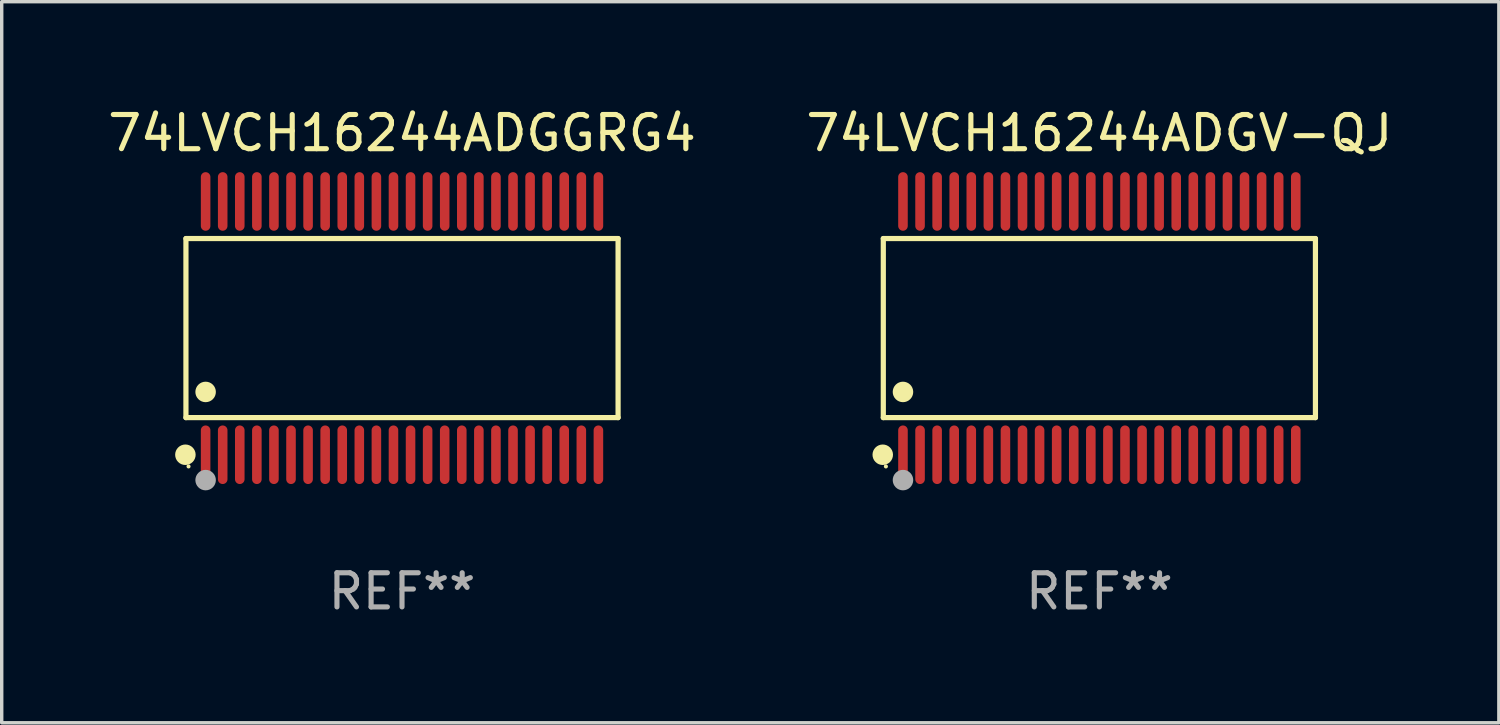
<source format=kicad_pcb>
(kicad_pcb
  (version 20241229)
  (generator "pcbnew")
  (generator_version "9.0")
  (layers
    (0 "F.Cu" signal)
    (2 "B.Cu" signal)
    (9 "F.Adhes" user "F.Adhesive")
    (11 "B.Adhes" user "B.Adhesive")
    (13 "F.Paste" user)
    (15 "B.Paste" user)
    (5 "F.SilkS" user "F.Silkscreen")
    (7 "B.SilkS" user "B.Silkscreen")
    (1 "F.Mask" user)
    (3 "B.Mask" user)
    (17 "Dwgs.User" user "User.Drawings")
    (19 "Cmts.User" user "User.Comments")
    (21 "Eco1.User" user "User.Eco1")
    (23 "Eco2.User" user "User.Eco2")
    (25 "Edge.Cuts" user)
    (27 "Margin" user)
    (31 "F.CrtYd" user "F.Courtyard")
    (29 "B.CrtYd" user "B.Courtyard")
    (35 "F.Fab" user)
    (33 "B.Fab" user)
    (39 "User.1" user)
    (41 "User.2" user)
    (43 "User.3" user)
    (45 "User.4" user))
  (footprint "74LVCH16244ADGGRG4"
    (layer "F.Cu")
    (at 8.72 6.556)
    (property "Reference" "74LVCH16244ADGGRG4" (at 0 -5.708 0) (layer "F.SilkS") (effects (font (size 1 1) (thickness 0.15))))
    (attr through_hole)
    (fp_line (start -6.326 -2.622) (end 6.326 -2.622) (stroke (width 0.152) (type solid)) (layer "F.SilkS"))
    (fp_line (start -6.326 2.621) (end -6.326 -2.622) (stroke (width 0.152) (type solid)) (layer "F.SilkS"))
    (fp_line (start 6.326 -2.622) (end 6.326 2.621) (stroke (width 0.152) (type solid)) (layer "F.SilkS"))
    (fp_line (start 6.326 2.621) (end -6.326 2.621) (stroke (width 0.152) (type solid)) (layer "F.SilkS"))
    (fp_circle (center -6.342 3.708) (end -6.192 3.708) (stroke (width 0.3) (type solid)) (fill no) (layer "F.SilkS"))
    (fp_circle (center -6.25 4.05) (end -6.22 4.05) (stroke (width 0.06) (type solid)) (fill no) (layer "F.SilkS"))
    (fp_circle (center -5.75 1.869) (end -5.6 1.869) (stroke (width 0.3) (type solid)) (fill no) (layer "F.SilkS"))
    (fp_circle (center -5.75 4.45) (end -5.6 4.45) (stroke (width 0.3) (type solid)) (fill no) (layer "F.Fab"))
    (fp_text user "REF**" (at 0 7.708 0) (layer "F.Fab") (effects (font (size 1 1) (thickness 0.15))))
    (pad "1" smd oval (at -5.75 3.708) (size 0.28 1.715) (layers "F.Cu" "F.Mask" "F.Paste"))
    (pad "2" smd oval (at -5.25 3.708) (size 0.28 1.715) (layers "F.Cu" "F.Mask" "F.Paste"))
    (pad "3" smd oval (at -4.75 3.708) (size 0.28 1.715) (layers "F.Cu" "F.Mask" "F.Paste"))
    (pad "4" smd oval (at -4.25 3.708) (size 0.28 1.715) (layers "F.Cu" "F.Mask" "F.Paste"))
    (pad "5" smd oval (at -3.75 3.708) (size 0.28 1.715) (layers "F.Cu" "F.Mask" "F.Paste"))
    (pad "6" smd oval (at -3.25 3.708) (size 0.28 1.715) (layers "F.Cu" "F.Mask" "F.Paste"))
    (pad "7" smd oval (at -2.75 3.708) (size 0.28 1.715) (layers "F.Cu" "F.Mask" "F.Paste"))
    (pad "8" smd oval (at -2.25 3.708) (size 0.28 1.715) (layers "F.Cu" "F.Mask" "F.Paste"))
    (pad "9" smd oval (at -1.75 3.708) (size 0.28 1.715) (layers "F.Cu" "F.Mask" "F.Paste"))
    (pad "10" smd oval (at -1.25 3.708) (size 0.28 1.715) (layers "F.Cu" "F.Mask" "F.Paste"))
    (pad "11" smd oval (at -0.75 3.708) (size 0.28 1.715) (layers "F.Cu" "F.Mask" "F.Paste"))
    (pad "12" smd oval (at -0.25 3.708) (size 0.28 1.715) (layers "F.Cu" "F.Mask" "F.Paste"))
    (pad "13" smd oval (at 0.25 3.708) (size 0.28 1.715) (layers "F.Cu" "F.Mask" "F.Paste"))
    (pad "14" smd oval (at 0.75 3.708) (size 0.28 1.715) (layers "F.Cu" "F.Mask" "F.Paste"))
    (pad "15" smd oval (at 1.25 3.708) (size 0.28 1.715) (layers "F.Cu" "F.Mask" "F.Paste"))
    (pad "16" smd oval (at 1.75 3.708) (size 0.28 1.715) (layers "F.Cu" "F.Mask" "F.Paste"))
    (pad "17" smd oval (at 2.25 3.708) (size 0.28 1.715) (layers "F.Cu" "F.Mask" "F.Paste"))
    (pad "18" smd oval (at 2.75 3.708) (size 0.28 1.715) (layers "F.Cu" "F.Mask" "F.Paste"))
    (pad "19" smd oval (at 3.25 3.708) (size 0.28 1.715) (layers "F.Cu" "F.Mask" "F.Paste"))
    (pad "20" smd oval (at 3.75 3.708) (size 0.28 1.715) (layers "F.Cu" "F.Mask" "F.Paste"))
    (pad "21" smd oval (at 4.25 3.708) (size 0.28 1.715) (layers "F.Cu" "F.Mask" "F.Paste"))
    (pad "22" smd oval (at 4.75 3.708) (size 0.28 1.715) (layers "F.Cu" "F.Mask" "F.Paste"))
    (pad "23" smd oval (at 5.25 3.708) (size 0.28 1.715) (layers "F.Cu" "F.Mask" "F.Paste"))
    (pad "24" smd oval (at 5.75 3.708) (size 0.28 1.715) (layers "F.Cu" "F.Mask" "F.Paste"))
    (pad "25" smd oval (at 5.75 -3.708) (size 0.28 1.715) (layers "F.Cu" "F.Mask" "F.Paste"))
    (pad "26" smd oval (at 5.25 -3.708) (size 0.28 1.715) (layers "F.Cu" "F.Mask" "F.Paste"))
    (pad "27" smd oval (at 4.75 -3.708) (size 0.28 1.715) (layers "F.Cu" "F.Mask" "F.Paste"))
    (pad "28" smd oval (at 4.25 -3.708) (size 0.28 1.715) (layers "F.Cu" "F.Mask" "F.Paste"))
    (pad "29" smd oval (at 3.75 -3.708) (size 0.28 1.715) (layers "F.Cu" "F.Mask" "F.Paste"))
    (pad "30" smd oval (at 3.25 -3.708) (size 0.28 1.715) (layers "F.Cu" "F.Mask" "F.Paste"))
    (pad "31" smd oval (at 2.75 -3.708) (size 0.28 1.715) (layers "F.Cu" "F.Mask" "F.Paste"))
    (pad "32" smd oval (at 2.25 -3.708) (size 0.28 1.715) (layers "F.Cu" "F.Mask" "F.Paste"))
    (pad "33" smd oval (at 1.75 -3.708) (size 0.28 1.715) (layers "F.Cu" "F.Mask" "F.Paste"))
    (pad "34" smd oval (at 1.25 -3.708) (size 0.28 1.715) (layers "F.Cu" "F.Mask" "F.Paste"))
    (pad "35" smd oval (at 0.75 -3.708) (size 0.28 1.715) (layers "F.Cu" "F.Mask" "F.Paste"))
    (pad "36" smd oval (at 0.25 -3.708) (size 0.28 1.715) (layers "F.Cu" "F.Mask" "F.Paste"))
    (pad "37" smd oval (at -0.25 -3.708) (size 0.28 1.715) (layers "F.Cu" "F.Mask" "F.Paste"))
    (pad "38" smd oval (at -0.75 -3.708) (size 0.28 1.715) (layers "F.Cu" "F.Mask" "F.Paste"))
    (pad "39" smd oval (at -1.25 -3.708) (size 0.28 1.715) (layers "F.Cu" "F.Mask" "F.Paste"))
    (pad "40" smd oval (at -1.75 -3.708) (size 0.28 1.715) (layers "F.Cu" "F.Mask" "F.Paste"))
    (pad "41" smd oval (at -2.25 -3.708) (size 0.28 1.715) (layers "F.Cu" "F.Mask" "F.Paste"))
    (pad "42" smd oval (at -2.75 -3.708) (size 0.28 1.715) (layers "F.Cu" "F.Mask" "F.Paste"))
    (pad "43" smd oval (at -3.25 -3.708) (size 0.28 1.715) (layers "F.Cu" "F.Mask" "F.Paste"))
    (pad "44" smd oval (at -3.75 -3.708) (size 0.28 1.715) (layers "F.Cu" "F.Mask" "F.Paste"))
    (pad "45" smd oval (at -4.25 -3.708) (size 0.28 1.715) (layers "F.Cu" "F.Mask" "F.Paste"))
    (pad "46" smd oval (at -4.75 -3.708) (size 0.28 1.715) (layers "F.Cu" "F.Mask" "F.Paste"))
    (pad "47" smd oval (at -5.25 -3.708) (size 0.28 1.715) (layers "F.Cu" "F.Mask" "F.Paste"))
    (pad "48" smd oval (at -5.75 -3.708) (size 0.28 1.715) (layers "F.Cu" "F.Mask" "F.Paste")))
  (footprint "74LVCH16244ADGV-QJ"
    (layer "F.Cu")
    (at 29.137 6.556)
    (property "Reference" "74LVCH16244ADGV-QJ" (at 0 -5.708 0) (layer "F.SilkS") (effects (font (size 1 1) (thickness 0.15))))
    (attr through_hole)
    (fp_line (start -6.326 -2.622) (end 6.326 -2.622) (stroke (width 0.152) (type solid)) (layer "F.SilkS"))
    (fp_line (start -6.326 2.621) (end -6.326 -2.622) (stroke (width 0.152) (type solid)) (layer "F.SilkS"))
    (fp_line (start 6.326 -2.622) (end 6.326 2.621) (stroke (width 0.152) (type solid)) (layer "F.SilkS"))
    (fp_line (start 6.326 2.621) (end -6.326 2.621) (stroke (width 0.152) (type solid)) (layer "F.SilkS"))
    (fp_circle (center -6.342 3.708) (end -6.192 3.708) (stroke (width 0.3) (type solid)) (fill no) (layer "F.SilkS"))
    (fp_circle (center -6.25 4.05) (end -6.22 4.05) (stroke (width 0.06) (type solid)) (fill no) (layer "F.SilkS"))
    (fp_circle (center -5.75 1.869) (end -5.6 1.869) (stroke (width 0.3) (type solid)) (fill no) (layer "F.SilkS"))
    (fp_circle (center -5.75 4.45) (end -5.6 4.45) (stroke (width 0.3) (type solid)) (fill no) (layer "F.Fab"))
    (fp_text user "REF**" (at 0 7.708 0) (layer "F.Fab") (effects (font (size 1 1) (thickness 0.15))))
    (pad "1" smd oval (at -5.75 3.708) (size 0.28 1.715) (layers "F.Cu" "F.Mask" "F.Paste"))
    (pad "2" smd oval (at -5.25 3.708) (size 0.28 1.715) (layers "F.Cu" "F.Mask" "F.Paste"))
    (pad "3" smd oval (at -4.75 3.708) (size 0.28 1.715) (layers "F.Cu" "F.Mask" "F.Paste"))
    (pad "4" smd oval (at -4.25 3.708) (size 0.28 1.715) (layers "F.Cu" "F.Mask" "F.Paste"))
    (pad "5" smd oval (at -3.75 3.708) (size 0.28 1.715) (layers "F.Cu" "F.Mask" "F.Paste"))
    (pad "6" smd oval (at -3.25 3.708) (size 0.28 1.715) (layers "F.Cu" "F.Mask" "F.Paste"))
    (pad "7" smd oval (at -2.75 3.708) (size 0.28 1.715) (layers "F.Cu" "F.Mask" "F.Paste"))
    (pad "8" smd oval (at -2.25 3.708) (size 0.28 1.715) (layers "F.Cu" "F.Mask" "F.Paste"))
    (pad "9" smd oval (at -1.75 3.708) (size 0.28 1.715) (layers "F.Cu" "F.Mask" "F.Paste"))
    (pad "10" smd oval (at -1.25 3.708) (size 0.28 1.715) (layers "F.Cu" "F.Mask" "F.Paste"))
    (pad "11" smd oval (at -0.75 3.708) (size 0.28 1.715) (layers "F.Cu" "F.Mask" "F.Paste"))
    (pad "12" smd oval (at -0.25 3.708) (size 0.28 1.715) (layers "F.Cu" "F.Mask" "F.Paste"))
    (pad "13" smd oval (at 0.25 3.708) (size 0.28 1.715) (layers "F.Cu" "F.Mask" "F.Paste"))
    (pad "14" smd oval (at 0.75 3.708) (size 0.28 1.715) (layers "F.Cu" "F.Mask" "F.Paste"))
    (pad "15" smd oval (at 1.25 3.708) (size 0.28 1.715) (layers "F.Cu" "F.Mask" "F.Paste"))
    (pad "16" smd oval (at 1.75 3.708) (size 0.28 1.715) (layers "F.Cu" "F.Mask" "F.Paste"))
    (pad "17" smd oval (at 2.25 3.708) (size 0.28 1.715) (layers "F.Cu" "F.Mask" "F.Paste"))
    (pad "18" smd oval (at 2.75 3.708) (size 0.28 1.715) (layers "F.Cu" "F.Mask" "F.Paste"))
    (pad "19" smd oval (at 3.25 3.708) (size 0.28 1.715) (layers "F.Cu" "F.Mask" "F.Paste"))
    (pad "20" smd oval (at 3.75 3.708) (size 0.28 1.715) (layers "F.Cu" "F.Mask" "F.Paste"))
    (pad "21" smd oval (at 4.25 3.708) (size 0.28 1.715) (layers "F.Cu" "F.Mask" "F.Paste"))
    (pad "22" smd oval (at 4.75 3.708) (size 0.28 1.715) (layers "F.Cu" "F.Mask" "F.Paste"))
    (pad "23" smd oval (at 5.25 3.708) (size 0.28 1.715) (layers "F.Cu" "F.Mask" "F.Paste"))
    (pad "24" smd oval (at 5.75 3.708) (size 0.28 1.715) (layers "F.Cu" "F.Mask" "F.Paste"))
    (pad "25" smd oval (at 5.75 -3.708) (size 0.28 1.715) (layers "F.Cu" "F.Mask" "F.Paste"))
    (pad "26" smd oval (at 5.25 -3.708) (size 0.28 1.715) (layers "F.Cu" "F.Mask" "F.Paste"))
    (pad "27" smd oval (at 4.75 -3.708) (size 0.28 1.715) (layers "F.Cu" "F.Mask" "F.Paste"))
    (pad "28" smd oval (at 4.25 -3.708) (size 0.28 1.715) (layers "F.Cu" "F.Mask" "F.Paste"))
    (pad "29" smd oval (at 3.75 -3.708) (size 0.28 1.715) (layers "F.Cu" "F.Mask" "F.Paste"))
    (pad "30" smd oval (at 3.25 -3.708) (size 0.28 1.715) (layers "F.Cu" "F.Mask" "F.Paste"))
    (pad "31" smd oval (at 2.75 -3.708) (size 0.28 1.715) (layers "F.Cu" "F.Mask" "F.Paste"))
    (pad "32" smd oval (at 2.25 -3.708) (size 0.28 1.715) (layers "F.Cu" "F.Mask" "F.Paste"))
    (pad "33" smd oval (at 1.75 -3.708) (size 0.28 1.715) (layers "F.Cu" "F.Mask" "F.Paste"))
    (pad "34" smd oval (at 1.25 -3.708) (size 0.28 1.715) (layers "F.Cu" "F.Mask" "F.Paste"))
    (pad "35" smd oval (at 0.75 -3.708) (size 0.28 1.715) (layers "F.Cu" "F.Mask" "F.Paste"))
    (pad "36" smd oval (at 0.25 -3.708) (size 0.28 1.715) (layers "F.Cu" "F.Mask" "F.Paste"))
    (pad "37" smd oval (at -0.25 -3.708) (size 0.28 1.715) (layers "F.Cu" "F.Mask" "F.Paste"))
    (pad "38" smd oval (at -0.75 -3.708) (size 0.28 1.715) (layers "F.Cu" "F.Mask" "F.Paste"))
    (pad "39" smd oval (at -1.25 -3.708) (size 0.28 1.715) (layers "F.Cu" "F.Mask" "F.Paste"))
    (pad "40" smd oval (at -1.75 -3.708) (size 0.28 1.715) (layers "F.Cu" "F.Mask" "F.Paste"))
    (pad "41" smd oval (at -2.25 -3.708) (size 0.28 1.715) (layers "F.Cu" "F.Mask" "F.Paste"))
    (pad "42" smd oval (at -2.75 -3.708) (size 0.28 1.715) (layers "F.Cu" "F.Mask" "F.Paste"))
    (pad "43" smd oval (at -3.25 -3.708) (size 0.28 1.715) (layers "F.Cu" "F.Mask" "F.Paste"))
    (pad "44" smd oval (at -3.75 -3.708) (size 0.28 1.715) (layers "F.Cu" "F.Mask" "F.Paste"))
    (pad "45" smd oval (at -4.25 -3.708) (size 0.28 1.715) (layers "F.Cu" "F.Mask" "F.Paste"))
    (pad "46" smd oval (at -4.75 -3.708) (size 0.28 1.715) (layers "F.Cu" "F.Mask" "F.Paste"))
    (pad "47" smd oval (at -5.25 -3.708) (size 0.28 1.715) (layers "F.Cu" "F.Mask" "F.Paste"))
    (pad "48" smd oval (at -5.75 -3.708) (size 0.28 1.715) (layers "F.Cu" "F.Mask" "F.Paste")))
  (gr_rect
    (start -3 -3)
    (end 40.833 18.112)
    (stroke (width 0.1) (type default))
    (fill no)
    (layer "Edge.Cuts")))
</source>
